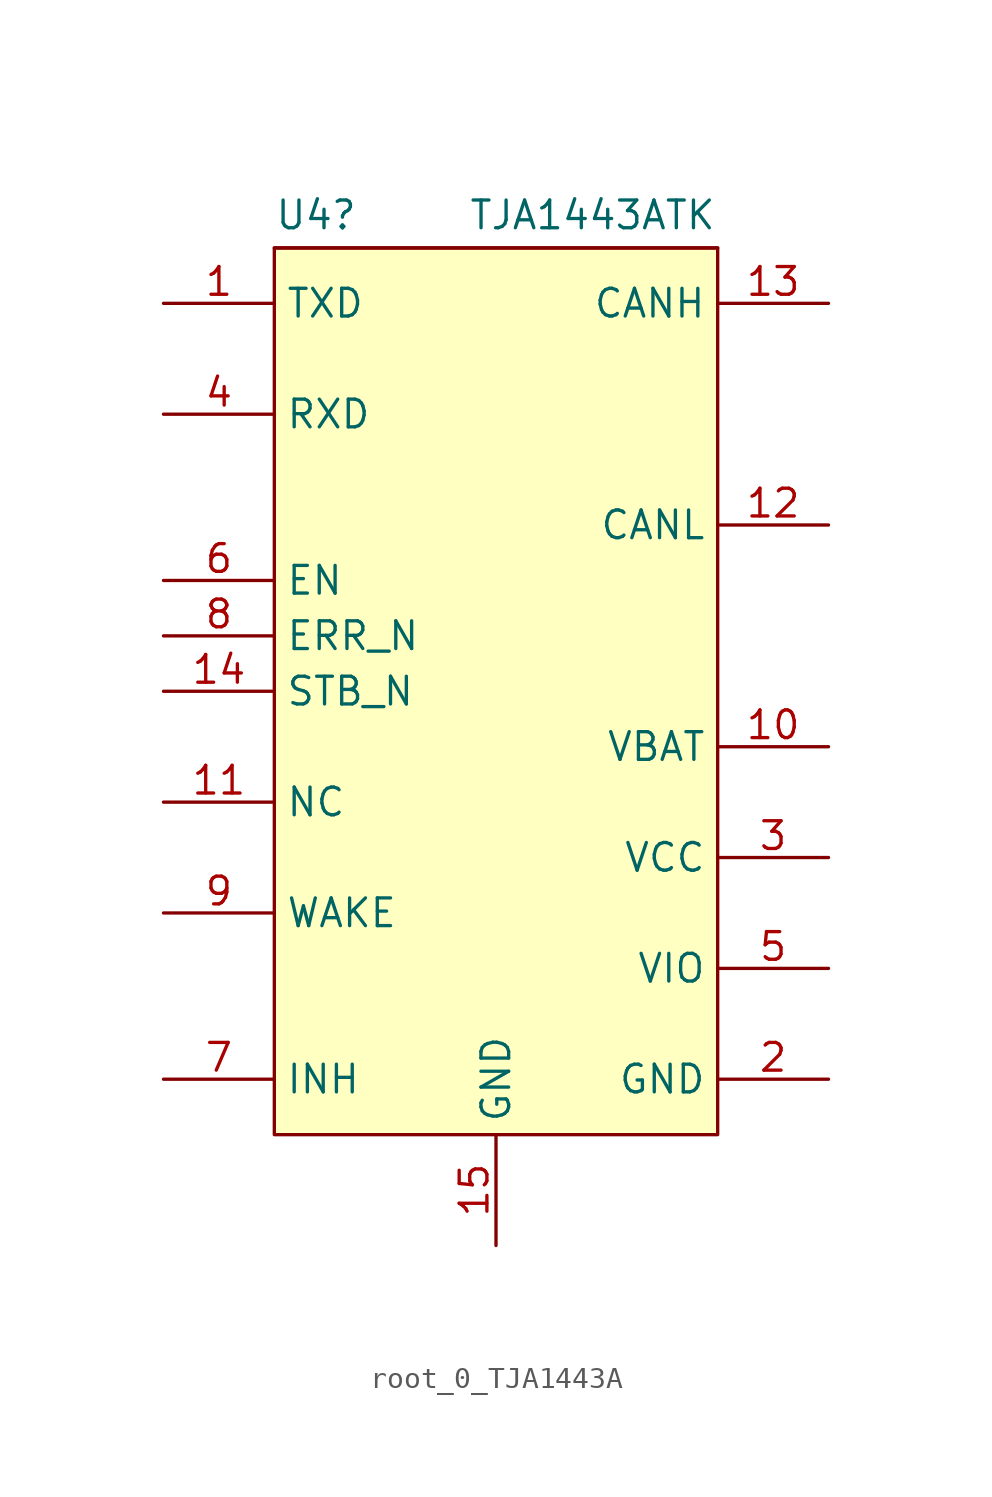
<source format=kicad_sym>
(kicad_symbol_lib
  (version 20220914)
  (generator kicad_symbol_editor)
  (symbol "root_0_TJA1443A"
    (property "Reference" "U4"
      (at 0 0.762 0)
      (effects (font (size 1.27 1.27)) (justify left bottom)))
    (property "Value" "TJA1443ATK"
      (at 8.89 0.762 0)
      (effects (font (size 1.27 1.27)) (justify left bottom)))
    (symbol "root_0_TJA1443A_1_0"
      (rectangle (start 20.32 0) (end 0 -40.64) (stroke (width 0) (type solid)) (fill (type background)))
      (rectangle (start 20.32 0) (end 0 0) (stroke (width 0) (type solid)) (fill (type background)))
      (pin passive line (at -5.08 -2.54 0) (length 5.08) (name "TXD" (effects (font (size 1.27 1.27)))) (number "1" (effects (font (size 1.27 1.27)))))
      (pin power_in line (at 25.4 -22.86 180) (length 5.08) (name "VBAT" (effects (font (size 1.27 1.27)))) (number "10" (effects (font (size 1.27 1.27)))))
      (pin passive line (at -5.08 -25.4 0) (length 5.08) (name "NC" (effects (font (size 1.27 1.27)))) (number "11" (effects (font (size 1.27 1.27)))))
      (pin passive line (at 25.4 -12.7 180) (length 5.08) (name "CANL" (effects (font (size 1.27 1.27)))) (number "12" (effects (font (size 1.27 1.27)))))
      (pin passive line (at 25.4 -2.54 180) (length 5.08) (name "CANH" (effects (font (size 1.27 1.27)))) (number "13" (effects (font (size 1.27 1.27)))))
      (pin input line (at -5.08 -20.32 0) (length 5.08) (name "STB_N" (effects (font (size 1.27 1.27)))) (number "14" (effects (font (size 1.27 1.27)))))
      (pin passive line (at 10.16 -45.72 90) (length 5.08) (name "GND" (effects (font (size 1.27 1.27)))) (number "15" (effects (font (size 1.27 1.27)))))
      (pin power_in line (at 25.4 -38.1 180) (length 5.08) (name "GND" (effects (font (size 1.27 1.27)))) (number "2" (effects (font (size 1.27 1.27)))))
      (pin power_in line (at 25.4 -27.94 180) (length 5.08) (name "VCC" (effects (font (size 1.27 1.27)))) (number "3" (effects (font (size 1.27 1.27)))))
      (pin passive line (at -5.08 -7.62 0) (length 5.08) (name "RXD" (effects (font (size 1.27 1.27)))) (number "4" (effects (font (size 1.27 1.27)))))
      (pin power_in line (at 25.4 -33.02 180) (length 5.08) (name "VIO" (effects (font (size 1.27 1.27)))) (number "5" (effects (font (size 1.27 1.27)))))
      (pin input line (at -5.08 -15.24 0) (length 5.08) (name "EN" (effects (font (size 1.27 1.27)))) (number "6" (effects (font (size 1.27 1.27)))))
      (pin passive line (at -5.08 -38.1 0) (length 5.08) (name "INH" (effects (font (size 1.27 1.27)))) (number "7" (effects (font (size 1.27 1.27)))))
      (pin output line (at -5.08 -17.78 0) (length 5.08) (name "ERR_N" (effects (font (size 1.27 1.27)))) (number "8" (effects (font (size 1.27 1.27)))))
      (pin passive line (at -5.08 -30.48 0) (length 5.08) (name "WAKE" (effects (font (size 1.27 1.27)))) (number "9" (effects (font (size 1.27 1.27))))))))
</source>
